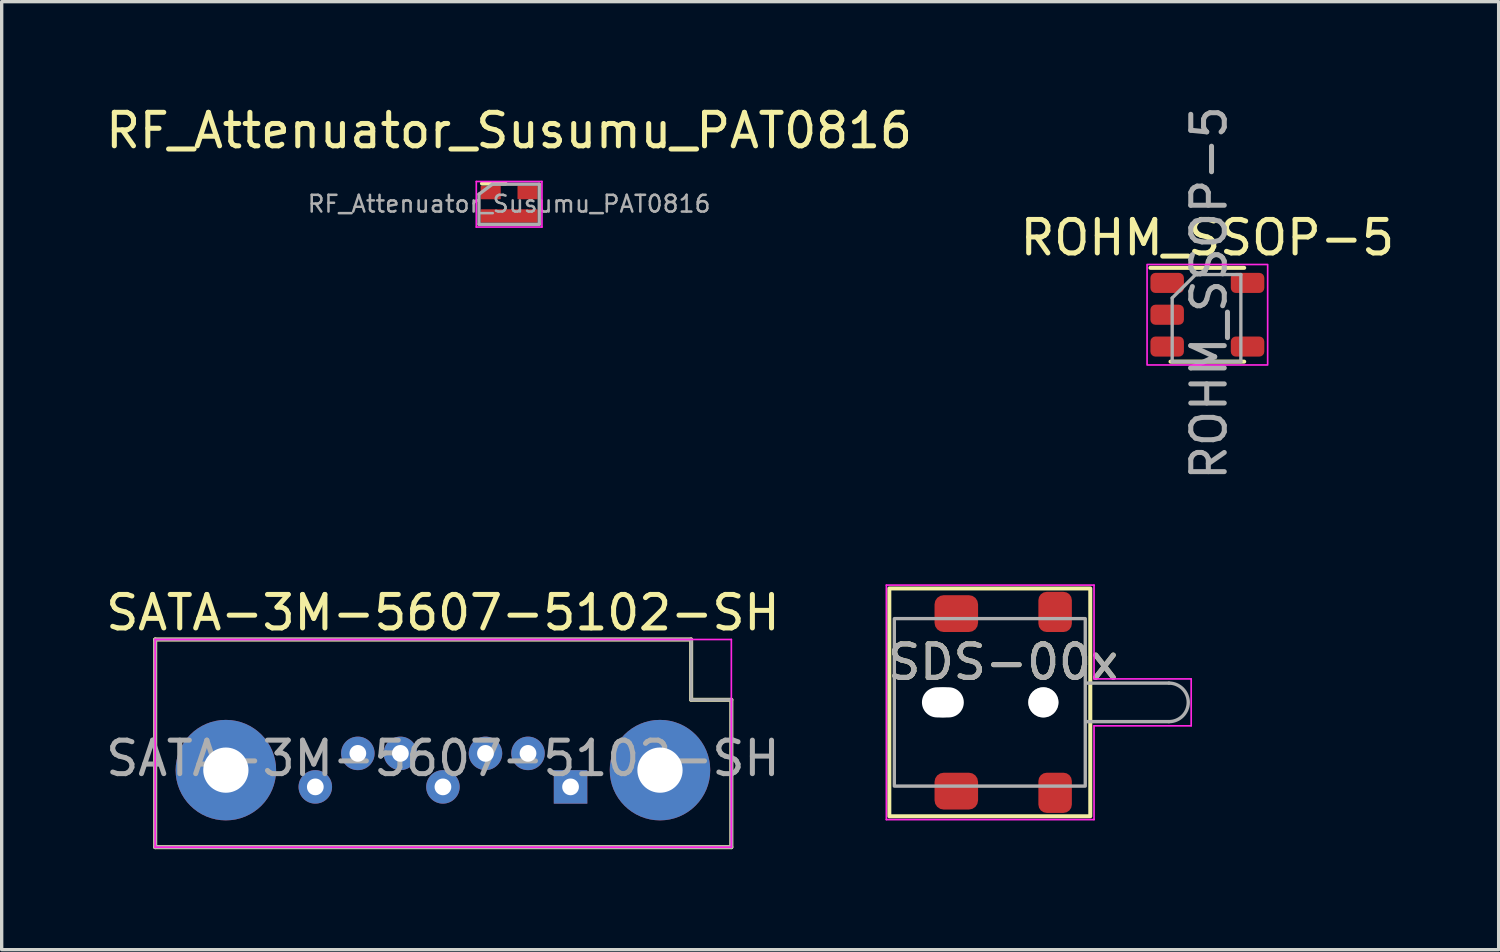
<source format=kicad_pcb>
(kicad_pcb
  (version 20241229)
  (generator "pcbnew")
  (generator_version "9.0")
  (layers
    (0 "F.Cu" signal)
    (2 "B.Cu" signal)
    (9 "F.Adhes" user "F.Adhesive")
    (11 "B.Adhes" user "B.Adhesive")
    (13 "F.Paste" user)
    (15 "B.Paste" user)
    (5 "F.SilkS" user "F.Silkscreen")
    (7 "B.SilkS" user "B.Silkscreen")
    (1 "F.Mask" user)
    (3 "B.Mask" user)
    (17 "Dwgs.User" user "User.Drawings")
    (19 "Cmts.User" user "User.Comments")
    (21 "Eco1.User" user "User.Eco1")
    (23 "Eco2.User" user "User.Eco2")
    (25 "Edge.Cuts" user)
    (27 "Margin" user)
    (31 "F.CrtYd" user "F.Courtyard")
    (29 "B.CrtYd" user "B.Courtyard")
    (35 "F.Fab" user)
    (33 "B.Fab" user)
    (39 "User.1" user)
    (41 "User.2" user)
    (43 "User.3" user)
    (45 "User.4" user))
  (footprint "RF_Attenuator_Susumu_PAT0816"
    (layer "F.Cu")
    (at 12.149 3.048)
    (property "Reference" "RF_Attenuator_Susumu_PAT0816" (at 0 -2.2 0) (layer "F.SilkS") (effects (font (size 1 1) (thickness 0.15))))
    (attr smd)
    (fp_line (start -0.81 -0.62) (end -0.11 -0.62) (stroke (width 0.12) (type solid)) (layer "F.SilkS"))
    (fp_line (start -0.98 -0.68) (end 0.98 -0.68) (stroke (width 0.05) (type solid)) (layer "F.CrtYd"))
    (fp_line (start -0.98 0.68) (end -0.98 -0.68) (stroke (width 0.05) (type solid)) (layer "F.CrtYd"))
    (fp_line (start 0.98 -0.68) (end 0.98 0.68) (stroke (width 0.05) (type solid)) (layer "F.CrtYd"))
    (fp_line (start 0.98 0.68) (end -0.98 0.68) (stroke (width 0.05) (type solid)) (layer "F.CrtYd"))
    (fp_line (start -0.9 -0.3) (end -0.5 -0.6) (stroke (width 0.1) (type solid)) (layer "F.Fab"))
    (fp_line (start -0.9 0.6) (end -0.9 -0.3) (stroke (width 0.1) (type solid)) (layer "F.Fab"))
    (fp_line (start -0.5 -0.6) (end 0.9 -0.6) (stroke (width 0.1) (type solid)) (layer "F.Fab"))
    (fp_line (start 0.9 -0.6) (end 0.9 0.6) (stroke (width 0.1) (type solid)) (layer "F.Fab"))
    (fp_line (start 0.9 0.6) (end -0.9 0.6) (stroke (width 0.1) (type solid)) (layer "F.Fab"))
    (fp_text user "${REFERENCE}" (at 0 -0.01 0) (layer "F.Fab") (effects (font (size 0.5 0.5) (thickness 0.075))))
    (pad "1" smd roundrect (at -0.55 -0.35) (size 0.6 0.4) (layers "F.Cu" "F.Mask" "F.Paste") (roundrect_rratio 0.05))
    (pad "2" smd roundrect (at 0.55 -0.35) (size 0.6 0.4) (layers "F.Cu" "F.Mask" "F.Paste") (roundrect_rratio 0.05))
    (pad "3" smd roundrect (at 0 0.35) (size 1.7 0.4) (layers "F.Cu" "F.Mask" "F.Paste") (roundrect_rratio 0.05)))
  (footprint "SDS-00x"
    (layer "F.Cu")
    (at 26.711 17.918)
    (property "Reference" "SDS-00x" (at 0.188 -1.2 0) (unlocked yes) (layer "F.SilkS") (effects (font (size 1 1) (thickness 0.15))))
    (attr smd)
    (fp_rect (start 2.788 -3.4) (end -3.212 3.4) (stroke (width 0.12) (type default)) (fill no) (layer "F.SilkS"))
    (fp_rect (start 3.138 -0.9) (end 4.787 0.9) (stroke (width 0.1) (type solid)) (fill no) (layer "Eco1.User"))
    (fp_line (start -3.3 -3.5) (end 2.9 -3.5) (stroke (width 0.05) (type default)) (layer "F.CrtYd"))
    (fp_line (start -3.3 3.5) (end -3.3 -3.5) (stroke (width 0.05) (type default)) (layer "F.CrtYd"))
    (fp_line (start 2.9 -3.5) (end 2.9 -0.7) (stroke (width 0.05) (type default)) (layer "F.CrtYd"))
    (fp_line (start 2.9 -0.7) (end 5.8 -0.7) (stroke (width 0.05) (type default)) (layer "F.CrtYd"))
    (fp_line (start 2.9 0.7) (end 2.9 3.5) (stroke (width 0.05) (type default)) (layer "F.CrtYd"))
    (fp_line (start 2.9 3.5) (end -3.3 3.5) (stroke (width 0.05) (type default)) (layer "F.CrtYd"))
    (fp_line (start 5.8 -0.7) (end 5.8 0.7) (stroke (width 0.05) (type default)) (layer "F.CrtYd"))
    (fp_line (start 5.8 0.7) (end 2.9 0.7) (stroke (width 0.05) (type default)) (layer "F.CrtYd"))
    (fp_line (start 2.688 -0.575) (end 5.138 -0.575) (stroke (width 0.1) (type default)) (layer "F.Fab"))
    (fp_line (start 2.688 0.575) (end 5.138 0.575) (stroke (width 0.1) (type default)) (layer "F.Fab"))
    (fp_rect (start -3.062 -2.5) (end 2.638 2.5) (stroke (width 0.1) (type default)) (fill no) (layer "F.Fab"))
    (fp_arc (start 5.1375 -0.575) (mid 5.7125 0) (end 5.1375 0.575) (stroke (width 0.1) (type default)) (layer "F.Fab"))
    (fp_circle (center -1.613 0) (end -1.212 0) (stroke (width 0.1) (type default)) (fill no) (layer "F.Fab"))
    (fp_circle (center 1.387 0) (end 1.788 0) (stroke (width 0.1) (type default)) (fill no) (layer "F.Fab"))
    (fp_text user "${REFERENCE}" (at 0.188 -1.2 0) (unlocked yes) (layer "F.Fab") (effects (font (size 1 1) (thickness 0.15))))
    (pad "" np_thru_hole oval (at -1.613 0) (size 1.25 0.9) (drill oval 1.25 0.9) (layers "*.Cu" "*.Mask"))
    (pad "" np_thru_hole circle (at 1.387 0) (size 0.9 0.9) (drill 0.9) (layers "*.Cu" "*.Mask"))
    (pad "1" smd roundrect (at 1.738 -2.7) (size 1 1.2) (layers "F.Cu" "F.Mask" "F.Paste") (roundrect_rratio 0.25))
    (pad "2" smd roundrect (at 1.738 2.7) (size 1 1.2) (layers "F.Cu" "F.Mask" "F.Paste") (roundrect_rratio 0.25))
    (pad "3" smd roundrect (at -1.212 -2.65) (size 1.3 1.1) (layers "F.Cu" "F.Mask" "F.Paste") (roundrect_rratio 0.25))
    (pad "4" smd roundrect (at -1.212 2.65) (size 1.3 1.1) (layers "F.Cu" "F.Mask" "F.Paste") (roundrect_rratio 0.25)))
  (footprint "ROHM_SSOP-5"
    (layer "F.Cu")
    (at 32.994 6.346)
    (property "Reference" "ROHM_SSOP-5" (at 0 -2.3 0) (unlocked yes) (layer "F.SilkS") (effects (font (size 1 1) (thickness 0.15))))
    (attr smd)
    (fp_line (start -1.1 1.4) (end 1.1 1.4) (stroke (width 0.12) (type solid)) (layer "F.SilkS"))
    (fp_line (start 1.1 -1.4) (end -1.7 -1.4) (stroke (width 0.12) (type solid)) (layer "F.SilkS"))
    (fp_rect (start -1.8 -1.5) (end 1.8 1.5) (stroke (width 0.05) (type solid)) (fill no) (layer "F.CrtYd"))
    (fp_line (start -1.05 -0.5) (end -0.35 -1.2) (stroke (width 0.1) (type solid)) (layer "F.Fab"))
    (fp_line (start -1.05 1.4) (end -1.05 -0.5) (stroke (width 0.1) (type solid)) (layer "F.Fab"))
    (fp_line (start -0.35 -1.2) (end 1 -1.2) (stroke (width 0.1) (type solid)) (layer "F.Fab"))
    (fp_line (start 1 -1.2) (end 1 1.4) (stroke (width 0.1) (type solid)) (layer "F.Fab"))
    (fp_line (start 1 1.4) (end -1.05 1.4) (stroke (width 0.1) (type solid)) (layer "F.Fab"))
    (fp_text user "${REFERENCE}" (at 0.05 -0.65 90) (unlocked yes) (layer "F.Fab") (effects (font (size 1 1) (thickness 0.15))))
    (pad "1" smd roundrect (at -1.2 -0.95 180) (size 1 0.6) (layers "F.Cu" "F.Mask" "F.Paste") (roundrect_rratio 0.25))
    (pad "2" smd roundrect (at -1.2 0 180) (size 1 0.6) (layers "F.Cu" "F.Mask" "F.Paste") (roundrect_rratio 0.25))
    (pad "3" smd roundrect (at -1.2 0.95 180) (size 1 0.6) (layers "F.Cu" "F.Mask" "F.Paste") (roundrect_rratio 0.25))
    (pad "4" smd roundrect (at 1.2 0.95 180) (size 1 0.6) (layers "F.Cu" "F.Mask" "F.Paste") (roundrect_rratio 0.25))
    (pad "5" smd roundrect (at 1.2 -0.95 180) (size 1 0.6) (layers "F.Cu" "F.Mask" "F.Paste") (roundrect_rratio 0.25)))
  (footprint "SATA-3M-5607-5102-SH"
    (layer "F.Cu")
    (at 13.983 20.441)
    (property "Reference" "SATA-3M-5607-5102-SH" (at -3.81 -5.2 0) (layer "F.SilkS") (effects (font (size 1 1) (thickness 0.15))))
    (attr through_hole)
    (fp_line (start -12.4 -4.4) (end 3.6 -4.4) (stroke (width 0.12) (type solid)) (layer "F.SilkS"))
    (fp_line (start -12.4 1.8) (end -12.4 -4.4) (stroke (width 0.12) (type solid)) (layer "F.SilkS"))
    (fp_line (start 3.6 -4.4) (end 3.6 -2.6) (stroke (width 0.12) (type solid)) (layer "F.SilkS"))
    (fp_line (start 3.6 -2.6) (end 4.8 -2.6) (stroke (width 0.12) (type solid)) (layer "F.SilkS"))
    (fp_line (start 4.8 -2.6) (end 4.8 1.8) (stroke (width 0.12) (type solid)) (layer "F.SilkS"))
    (fp_line (start 4.8 1.8) (end -12.4 1.8) (stroke (width 0.12) (type solid)) (layer "F.SilkS"))
    (fp_line (start -12.4 -4.4) (end -12.4 1.8) (stroke (width 0.05) (type solid)) (layer "F.CrtYd"))
    (fp_line (start -12.4 -4.4) (end 4.8 -4.4) (stroke (width 0.05) (type solid)) (layer "F.CrtYd"))
    (fp_line (start 4.8 1.8) (end -12.4 1.8) (stroke (width 0.05) (type solid)) (layer "F.CrtYd"))
    (fp_line (start 4.8 1.8) (end 4.8 -4.4) (stroke (width 0.05) (type solid)) (layer "F.CrtYd"))
    (fp_line (start -12.4 -4.4) (end 3.6 -4.4) (stroke (width 0.1) (type solid)) (layer "F.Fab"))
    (fp_line (start -12.4 1.8) (end -12.4 -4.4) (stroke (width 0.1) (type solid)) (layer "F.Fab"))
    (fp_line (start 3.6 -2.6) (end 3.6 -4.4) (stroke (width 0.1) (type solid)) (layer "F.Fab"))
    (fp_line (start 4.8 -2.6) (end 3.6 -2.6) (stroke (width 0.1) (type solid)) (layer "F.Fab"))
    (fp_line (start 4.8 -2.6) (end 4.8 1.8) (stroke (width 0.1) (type solid)) (layer "F.Fab"))
    (fp_line (start 4.8 1.8) (end -12.4 1.8) (stroke (width 0.1) (type solid)) (layer "F.Fab"))
    (fp_text user "${REFERENCE}" (at -3.81 -0.85 0) (layer "F.Fab") (effects (font (size 1 1) (thickness 0.15))))
    (pad "" np_thru_hole circle (at -10.29 -0.5 180) (size 3 3) (drill 1.35) (layers "*.Cu" "*.Mask"))
    (pad "" np_thru_hole circle (at 2.67 -0.5 180) (size 3 3) (drill 1.35) (layers "*.Cu" "*.Mask"))
    (pad "1" thru_hole rect (at 0 0 180) (size 1 1) (drill 0.5) (layers "*.Cu" "*.Mask"))
    (pad "2" thru_hole circle (at -1.27 -1 180) (size 1 1) (drill 0.5) (layers "*.Cu" "*.Mask"))
    (pad "3" thru_hole circle (at -2.54 -1 180) (size 1 1) (drill 0.5) (layers "*.Cu" "*.Mask"))
    (pad "4" thru_hole circle (at -3.81 0 180) (size 1 1) (drill 0.5) (layers "*.Cu" "*.Mask"))
    (pad "5" thru_hole circle (at -5.08 -1 180) (size 1 1) (drill 0.5) (layers "*.Cu" "*.Mask"))
    (pad "6" thru_hole circle (at -6.35 -1 180) (size 1 1) (drill 0.5) (layers "*.Cu" "*.Mask"))
    (pad "7" thru_hole circle (at -7.62 0 180) (size 1 1) (drill 0.5) (layers "*.Cu" "*.Mask")))
  (gr_rect
    (start -3 -3)
    (end 41.69 25.301)
    (stroke (width 0.1) (type default))
    (fill no)
    (layer "Edge.Cuts")))
</source>
